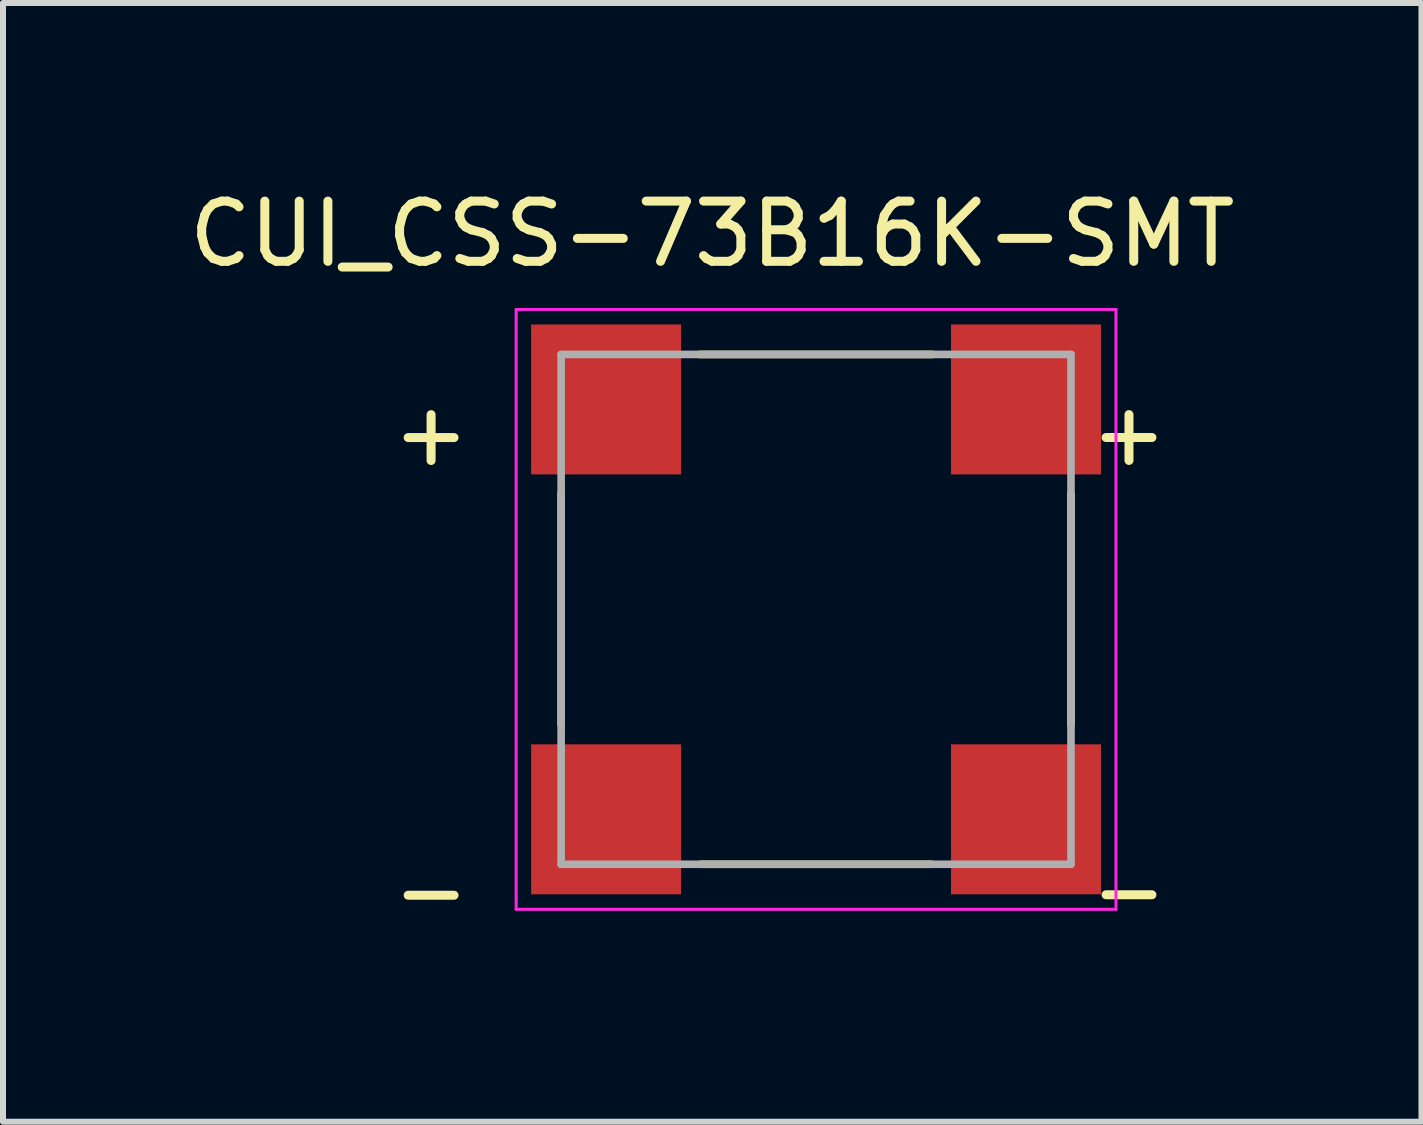
<source format=kicad_pcb>
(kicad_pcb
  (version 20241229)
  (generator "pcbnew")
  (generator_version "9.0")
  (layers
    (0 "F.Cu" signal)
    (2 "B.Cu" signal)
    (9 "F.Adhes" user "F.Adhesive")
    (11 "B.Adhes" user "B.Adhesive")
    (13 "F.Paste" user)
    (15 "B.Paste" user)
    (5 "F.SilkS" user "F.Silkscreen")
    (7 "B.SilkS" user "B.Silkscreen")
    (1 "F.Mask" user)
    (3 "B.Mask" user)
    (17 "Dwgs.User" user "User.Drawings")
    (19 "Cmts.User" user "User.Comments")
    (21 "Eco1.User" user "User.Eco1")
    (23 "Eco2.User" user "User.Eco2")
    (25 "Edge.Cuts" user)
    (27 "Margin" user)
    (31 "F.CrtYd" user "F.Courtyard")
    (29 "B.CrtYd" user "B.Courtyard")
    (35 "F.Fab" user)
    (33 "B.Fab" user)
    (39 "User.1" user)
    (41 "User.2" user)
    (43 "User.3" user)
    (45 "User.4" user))
  (footprint "CUI_CSS-73B16K-SMT"
    (layer "F.Cu")
    (at 10.555 7.109)
    (property "Reference" "CUI_CSS-73B16K-SMT" (at -1.732 -6.259 0) (layer "F.SilkS") (effects (font (size 1.004 1.004) (thickness 0.15))))
    (attr smd)
    (fp_line (start -4.25 1.923) (end -4.25 -1.923) (stroke (width 0.127) (type solid)) (layer "F.SilkS"))
    (fp_line (start -1.943 -4.25) (end 1.943 -4.25) (stroke (width 0.127) (type solid)) (layer "F.SilkS"))
    (fp_line (start -1.923 4.25) (end 1.923 4.25) (stroke (width 0.127) (type solid)) (layer "F.SilkS"))
    (fp_line (start 4.25 -1.923) (end 4.25 1.923) (stroke (width 0.127) (type solid)) (layer "F.SilkS"))
    (fp_line (start -5 -5) (end 5 -5) (stroke (width 0.05) (type solid)) (layer "F.CrtYd"))
    (fp_line (start -5 5) (end -5 -5) (stroke (width 0.05) (type solid)) (layer "F.CrtYd"))
    (fp_line (start 5 -5) (end 5 5) (stroke (width 0.05) (type solid)) (layer "F.CrtYd"))
    (fp_line (start 5 5) (end -5 5) (stroke (width 0.05) (type solid)) (layer "F.CrtYd"))
    (fp_line (start -4.25 -4.25) (end 4.25 -4.25) (stroke (width 0.127) (type solid)) (layer "F.Fab"))
    (fp_line (start -4.25 4.25) (end -4.25 -4.25) (stroke (width 0.127) (type solid)) (layer "F.Fab"))
    (fp_line (start 4.25 -4.25) (end 4.25 4.25) (stroke (width 0.127) (type solid)) (layer "F.Fab"))
    (fp_line (start 4.25 4.25) (end -4.25 4.25) (stroke (width 0.127) (type solid)) (layer "F.Fab"))
    (fp_text user "+" (at 5.217 -2.939 0) (layer "F.SilkS") (effects (font (size 1.003 1.003) (thickness 0.15))))
    (fp_text user "-" (at 5.217 4.684 0) (layer "F.SilkS") (effects (font (size 1.003 1.003) (thickness 0.15))))
    (fp_text user "-" (at -6.418 4.692 0) (layer "F.SilkS") (effects (font (size 1.003 1.003) (thickness 0.15))))
    (fp_text user "+" (at -6.418 -2.938 0) (layer "F.SilkS") (effects (font (size 1.003 1.003) (thickness 0.15))))
    (pad "N1" smd rect (at -3.5 3.5) (size 2.5 2.5) (layers "F.Cu" "F.Mask" "F.Paste"))
    (pad "N2" smd rect (at 3.5 3.5) (size 2.5 2.5) (layers "F.Cu" "F.Mask" "F.Paste"))
    (pad "P1" smd rect (at -3.5 -3.5) (size 2.5 2.5) (layers "F.Cu" "F.Mask" "F.Paste"))
    (pad "P2" smd rect (at 3.5 -3.5) (size 2.5 2.5) (layers "F.Cu" "F.Mask" "F.Paste")))
  (gr_rect
    (start -3 -3)
    (end 20.648 15.651)
    (stroke (width 0.1) (type default))
    (fill no)
    (layer "Edge.Cuts")))
</source>
